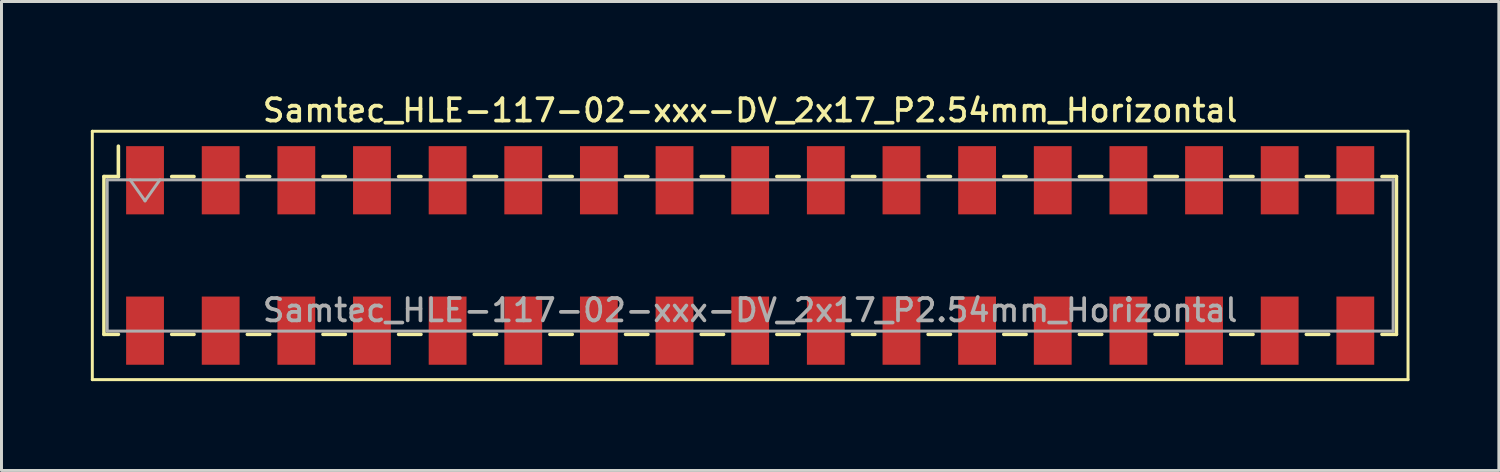
<source format=kicad_pcb>
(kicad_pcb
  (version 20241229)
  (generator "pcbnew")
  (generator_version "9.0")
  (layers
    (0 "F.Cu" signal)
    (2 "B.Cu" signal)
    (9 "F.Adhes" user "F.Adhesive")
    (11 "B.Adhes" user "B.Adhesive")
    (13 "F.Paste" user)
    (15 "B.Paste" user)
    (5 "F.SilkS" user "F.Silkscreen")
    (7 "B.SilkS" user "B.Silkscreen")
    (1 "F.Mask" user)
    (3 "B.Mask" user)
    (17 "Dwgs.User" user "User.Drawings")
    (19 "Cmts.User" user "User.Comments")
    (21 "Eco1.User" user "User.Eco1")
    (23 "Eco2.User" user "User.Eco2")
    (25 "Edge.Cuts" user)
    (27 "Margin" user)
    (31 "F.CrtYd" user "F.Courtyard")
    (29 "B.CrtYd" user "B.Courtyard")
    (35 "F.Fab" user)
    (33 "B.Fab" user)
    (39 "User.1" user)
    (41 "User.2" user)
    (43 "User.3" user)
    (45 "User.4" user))
  (footprint "Samtec_HLE-117-02-xxx-DV_2x17_P2.54mm_Horizontal"
    (layer "F.Cu")
    (at 22.14 5.528)
    (property "Reference" "Samtec_HLE-117-02-xxx-DV_2x17_P2.54mm_Horizontal" (at 0 -4.87 0) (layer "F.SilkS") (effects (font (size 0.75 0.75) (thickness 0.125))))
    (attr smd)
    (fp_line (start -22.09 -4.17) (end 22.09 -4.17) (stroke (width 0.1) (type solid)) (layer "F.SilkS"))
    (fp_line (start -22.09 4.17) (end -22.09 -4.17) (stroke (width 0.1) (type solid)) (layer "F.SilkS"))
    (fp_line (start -21.7 -2.65) (end -21.7 2.65) (stroke (width 0.12) (type solid)) (layer "F.SilkS"))
    (fp_line (start -21.7 2.65) (end -21.215 2.65) (stroke (width 0.12) (type solid)) (layer "F.SilkS"))
    (fp_line (start -21.215 -3.67) (end -21.215 -2.65) (stroke (width 0.12) (type solid)) (layer "F.SilkS"))
    (fp_line (start -21.215 -2.65) (end -21.7 -2.65) (stroke (width 0.12) (type solid)) (layer "F.SilkS"))
    (fp_line (start -19.425 -2.65) (end -18.675 -2.65) (stroke (width 0.12) (type solid)) (layer "F.SilkS"))
    (fp_line (start -19.425 2.65) (end -18.675 2.65) (stroke (width 0.12) (type solid)) (layer "F.SilkS"))
    (fp_line (start -16.885 -2.65) (end -16.135 -2.65) (stroke (width 0.12) (type solid)) (layer "F.SilkS"))
    (fp_line (start -16.885 2.65) (end -16.135 2.65) (stroke (width 0.12) (type solid)) (layer "F.SilkS"))
    (fp_line (start -14.345 -2.65) (end -13.595 -2.65) (stroke (width 0.12) (type solid)) (layer "F.SilkS"))
    (fp_line (start -14.345 2.65) (end -13.595 2.65) (stroke (width 0.12) (type solid)) (layer "F.SilkS"))
    (fp_line (start -11.805 -2.65) (end -11.055 -2.65) (stroke (width 0.12) (type solid)) (layer "F.SilkS"))
    (fp_line (start -11.805 2.65) (end -11.055 2.65) (stroke (width 0.12) (type solid)) (layer "F.SilkS"))
    (fp_line (start -9.265 -2.65) (end -8.515 -2.65) (stroke (width 0.12) (type solid)) (layer "F.SilkS"))
    (fp_line (start -9.265 2.65) (end -8.515 2.65) (stroke (width 0.12) (type solid)) (layer "F.SilkS"))
    (fp_line (start -6.725 -2.65) (end -5.975 -2.65) (stroke (width 0.12) (type solid)) (layer "F.SilkS"))
    (fp_line (start -6.725 2.65) (end -5.975 2.65) (stroke (width 0.12) (type solid)) (layer "F.SilkS"))
    (fp_line (start -4.185 -2.65) (end -3.435 -2.65) (stroke (width 0.12) (type solid)) (layer "F.SilkS"))
    (fp_line (start -4.185 2.65) (end -3.435 2.65) (stroke (width 0.12) (type solid)) (layer "F.SilkS"))
    (fp_line (start -1.645 -2.65) (end -0.895 -2.65) (stroke (width 0.12) (type solid)) (layer "F.SilkS"))
    (fp_line (start -1.645 2.65) (end -0.895 2.65) (stroke (width 0.12) (type solid)) (layer "F.SilkS"))
    (fp_line (start 0.895 -2.65) (end 1.645 -2.65) (stroke (width 0.12) (type solid)) (layer "F.SilkS"))
    (fp_line (start 0.895 2.65) (end 1.645 2.65) (stroke (width 0.12) (type solid)) (layer "F.SilkS"))
    (fp_line (start 3.435 -2.65) (end 4.185 -2.65) (stroke (width 0.12) (type solid)) (layer "F.SilkS"))
    (fp_line (start 3.435 2.65) (end 4.185 2.65) (stroke (width 0.12) (type solid)) (layer "F.SilkS"))
    (fp_line (start 5.975 -2.65) (end 6.725 -2.65) (stroke (width 0.12) (type solid)) (layer "F.SilkS"))
    (fp_line (start 5.975 2.65) (end 6.725 2.65) (stroke (width 0.12) (type solid)) (layer "F.SilkS"))
    (fp_line (start 8.515 -2.65) (end 9.265 -2.65) (stroke (width 0.12) (type solid)) (layer "F.SilkS"))
    (fp_line (start 8.515 2.65) (end 9.265 2.65) (stroke (width 0.12) (type solid)) (layer "F.SilkS"))
    (fp_line (start 11.055 -2.65) (end 11.805 -2.65) (stroke (width 0.12) (type solid)) (layer "F.SilkS"))
    (fp_line (start 11.055 2.65) (end 11.805 2.65) (stroke (width 0.12) (type solid)) (layer "F.SilkS"))
    (fp_line (start 13.595 -2.65) (end 14.345 -2.65) (stroke (width 0.12) (type solid)) (layer "F.SilkS"))
    (fp_line (start 13.595 2.65) (end 14.345 2.65) (stroke (width 0.12) (type solid)) (layer "F.SilkS"))
    (fp_line (start 16.135 -2.65) (end 16.885 -2.65) (stroke (width 0.12) (type solid)) (layer "F.SilkS"))
    (fp_line (start 16.135 2.65) (end 16.885 2.65) (stroke (width 0.12) (type solid)) (layer "F.SilkS"))
    (fp_line (start 18.675 -2.65) (end 19.425 -2.65) (stroke (width 0.12) (type solid)) (layer "F.SilkS"))
    (fp_line (start 18.675 2.65) (end 19.425 2.65) (stroke (width 0.12) (type solid)) (layer "F.SilkS"))
    (fp_line (start 21.215 -2.65) (end 21.7 -2.65) (stroke (width 0.12) (type solid)) (layer "F.SilkS"))
    (fp_line (start 21.7 -2.65) (end 21.7 2.65) (stroke (width 0.12) (type solid)) (layer "F.SilkS"))
    (fp_line (start 21.7 2.65) (end 21.215 2.65) (stroke (width 0.12) (type solid)) (layer "F.SilkS"))
    (fp_line (start 22.09 -4.17) (end 22.09 4.17) (stroke (width 0.1) (type solid)) (layer "F.SilkS"))
    (fp_line (start 22.09 4.17) (end -22.09 4.17) (stroke (width 0.1) (type solid)) (layer "F.SilkS"))
    (fp_line (start -21.59 -2.54) (end 21.59 -2.54) (stroke (width 0.1) (type solid)) (layer "F.Fab"))
    (fp_line (start -21.59 2.54) (end -21.59 -2.54) (stroke (width 0.1) (type solid)) (layer "F.Fab"))
    (fp_line (start -20.82 -2.54) (end -20.32 -1.833) (stroke (width 0.1) (type solid)) (layer "F.Fab"))
    (fp_line (start -20.32 -1.833) (end -19.82 -2.54) (stroke (width 0.1) (type solid)) (layer "F.Fab"))
    (fp_line (start 21.59 -2.54) (end 21.59 2.54) (stroke (width 0.1) (type solid)) (layer "F.Fab"))
    (fp_line (start 21.59 2.54) (end -21.59 2.54) (stroke (width 0.1) (type solid)) (layer "F.Fab"))
    (fp_text user "${REFERENCE}" (at 0 1.84 0) (layer "F.Fab") (effects (font (size 0.75 0.75) (thickness 0.125))))
    (pad "1" smd rect (at -20.32 -2.525) (size 1.27 2.29) (layers "F.Cu" "F.Mask" "F.Paste"))
    (pad "2" smd rect (at -20.32 2.525) (size 1.27 2.29) (layers "F.Cu" "F.Mask" "F.Paste"))
    (pad "3" smd rect (at -17.78 -2.525) (size 1.27 2.29) (layers "F.Cu" "F.Mask" "F.Paste"))
    (pad "4" smd rect (at -17.78 2.525) (size 1.27 2.29) (layers "F.Cu" "F.Mask" "F.Paste"))
    (pad "5" smd rect (at -15.24 -2.525) (size 1.27 2.29) (layers "F.Cu" "F.Mask" "F.Paste"))
    (pad "6" smd rect (at -15.24 2.525) (size 1.27 2.29) (layers "F.Cu" "F.Mask" "F.Paste"))
    (pad "7" smd rect (at -12.7 -2.525) (size 1.27 2.29) (layers "F.Cu" "F.Mask" "F.Paste"))
    (pad "8" smd rect (at -12.7 2.525) (size 1.27 2.29) (layers "F.Cu" "F.Mask" "F.Paste"))
    (pad "9" smd rect (at -10.16 -2.525) (size 1.27 2.29) (layers "F.Cu" "F.Mask" "F.Paste"))
    (pad "10" smd rect (at -10.16 2.525) (size 1.27 2.29) (layers "F.Cu" "F.Mask" "F.Paste"))
    (pad "11" smd rect (at -7.62 -2.525) (size 1.27 2.29) (layers "F.Cu" "F.Mask" "F.Paste"))
    (pad "12" smd rect (at -7.62 2.525) (size 1.27 2.29) (layers "F.Cu" "F.Mask" "F.Paste"))
    (pad "13" smd rect (at -5.08 -2.525) (size 1.27 2.29) (layers "F.Cu" "F.Mask" "F.Paste"))
    (pad "14" smd rect (at -5.08 2.525) (size 1.27 2.29) (layers "F.Cu" "F.Mask" "F.Paste"))
    (pad "15" smd rect (at -2.54 -2.525) (size 1.27 2.29) (layers "F.Cu" "F.Mask" "F.Paste"))
    (pad "16" smd rect (at -2.54 2.525) (size 1.27 2.29) (layers "F.Cu" "F.Mask" "F.Paste"))
    (pad "17" smd rect (at 0 -2.525) (size 1.27 2.29) (layers "F.Cu" "F.Mask" "F.Paste"))
    (pad "18" smd rect (at 0 2.525) (size 1.27 2.29) (layers "F.Cu" "F.Mask" "F.Paste"))
    (pad "19" smd rect (at 2.54 -2.525) (size 1.27 2.29) (layers "F.Cu" "F.Mask" "F.Paste"))
    (pad "20" smd rect (at 2.54 2.525) (size 1.27 2.29) (layers "F.Cu" "F.Mask" "F.Paste"))
    (pad "21" smd rect (at 5.08 -2.525) (size 1.27 2.29) (layers "F.Cu" "F.Mask" "F.Paste"))
    (pad "22" smd rect (at 5.08 2.525) (size 1.27 2.29) (layers "F.Cu" "F.Mask" "F.Paste"))
    (pad "23" smd rect (at 7.62 -2.525) (size 1.27 2.29) (layers "F.Cu" "F.Mask" "F.Paste"))
    (pad "24" smd rect (at 7.62 2.525) (size 1.27 2.29) (layers "F.Cu" "F.Mask" "F.Paste"))
    (pad "25" smd rect (at 10.16 -2.525) (size 1.27 2.29) (layers "F.Cu" "F.Mask" "F.Paste"))
    (pad "26" smd rect (at 10.16 2.525) (size 1.27 2.29) (layers "F.Cu" "F.Mask" "F.Paste"))
    (pad "27" smd rect (at 12.7 -2.525) (size 1.27 2.29) (layers "F.Cu" "F.Mask" "F.Paste"))
    (pad "28" smd rect (at 12.7 2.525) (size 1.27 2.29) (layers "F.Cu" "F.Mask" "F.Paste"))
    (pad "29" smd rect (at 15.24 -2.525) (size 1.27 2.29) (layers "F.Cu" "F.Mask" "F.Paste"))
    (pad "30" smd rect (at 15.24 2.525) (size 1.27 2.29) (layers "F.Cu" "F.Mask" "F.Paste"))
    (pad "31" smd rect (at 17.78 -2.525) (size 1.27 2.29) (layers "F.Cu" "F.Mask" "F.Paste"))
    (pad "32" smd rect (at 17.78 2.525) (size 1.27 2.29) (layers "F.Cu" "F.Mask" "F.Paste"))
    (pad "33" smd rect (at 20.32 -2.525) (size 1.27 2.29) (layers "F.Cu" "F.Mask" "F.Paste"))
    (pad "34" smd rect (at 20.32 2.525) (size 1.27 2.29) (layers "F.Cu" "F.Mask" "F.Paste")))
  (gr_rect
    (start -3 -3)
    (end 47.28 12.748)
    (stroke (width 0.1) (type default))
    (fill no)
    (layer "Edge.Cuts")))
</source>
